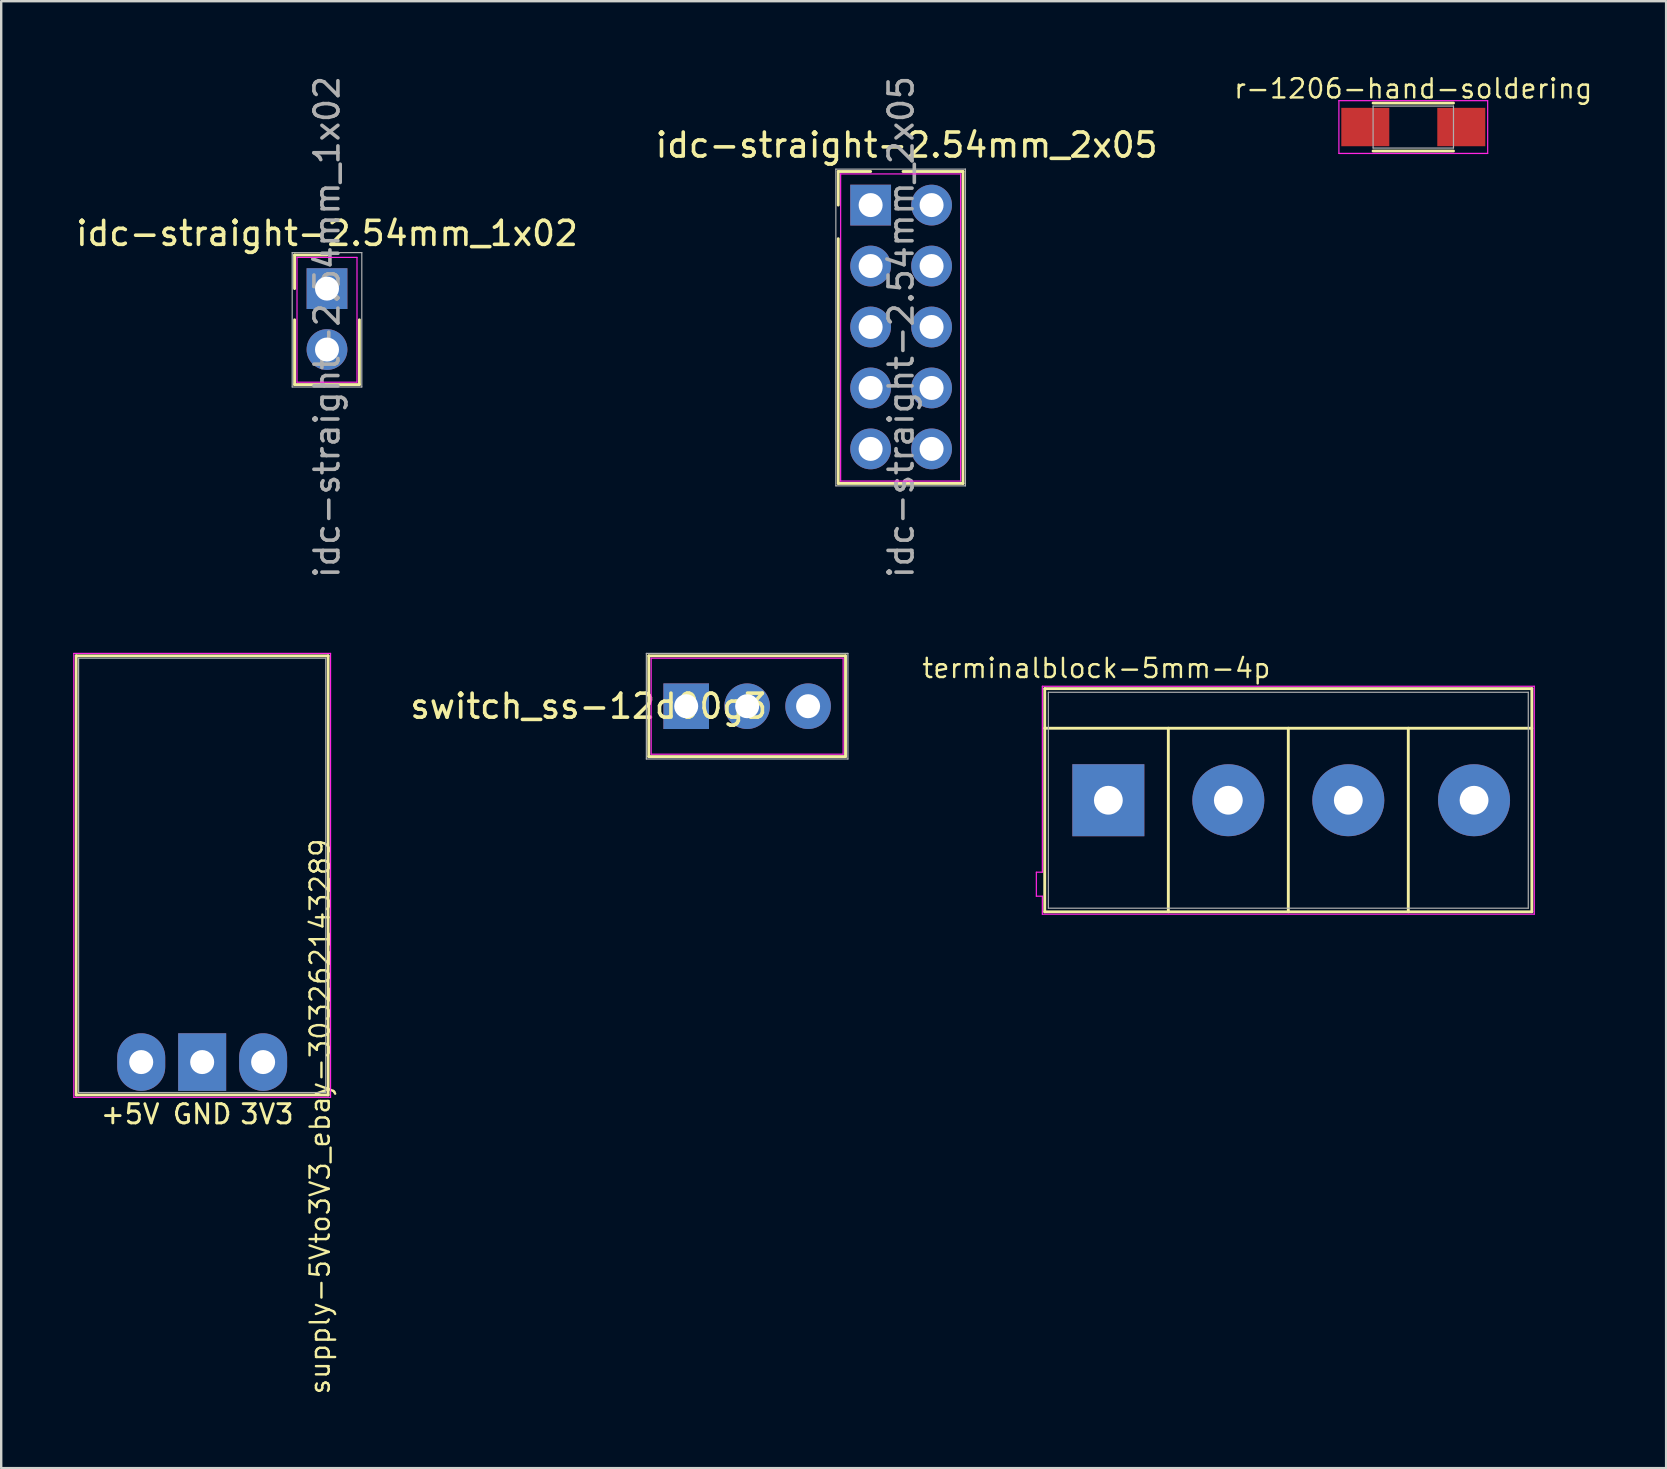
<source format=kicad_pcb>
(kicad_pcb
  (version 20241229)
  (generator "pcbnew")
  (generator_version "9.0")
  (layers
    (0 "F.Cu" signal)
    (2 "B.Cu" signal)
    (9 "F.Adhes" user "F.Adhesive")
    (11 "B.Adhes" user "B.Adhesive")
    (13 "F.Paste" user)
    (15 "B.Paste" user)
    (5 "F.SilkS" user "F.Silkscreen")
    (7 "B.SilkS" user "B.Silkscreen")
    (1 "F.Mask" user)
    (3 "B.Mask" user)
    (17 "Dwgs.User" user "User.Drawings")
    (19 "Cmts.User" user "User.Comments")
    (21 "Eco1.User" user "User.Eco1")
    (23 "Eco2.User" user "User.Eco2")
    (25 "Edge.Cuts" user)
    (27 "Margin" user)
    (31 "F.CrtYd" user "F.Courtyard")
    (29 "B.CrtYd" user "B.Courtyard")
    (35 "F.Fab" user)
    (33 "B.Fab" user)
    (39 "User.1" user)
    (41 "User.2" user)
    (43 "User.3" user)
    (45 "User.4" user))
  (footprint "idc-straight-2.54mm_1x02"
    (layer "F.Cu")
    (at 10.577 8.977)
    (property "Reference" "idc-straight-2.54mm_1x02" (at 0 -2.3 0) (layer "F.SilkS") (effects (font (size 1 1) (thickness 0.15))))
    (attr through_hole)
    (fp_line (start -1.35 -1.4) (end 0 -1.4) (stroke (width 0.12) (type solid)) (layer "F.SilkS"))
    (fp_line (start -1.35 0) (end -1.35 -1.4) (stroke (width 0.12) (type solid)) (layer "F.SilkS"))
    (fp_line (start -1.35 1.3) (end -1.35 4) (stroke (width 0.12) (type solid)) (layer "F.SilkS"))
    (fp_line (start -1.35 4) (end 1.35 4) (stroke (width 0.12) (type solid)) (layer "F.SilkS"))
    (fp_line (start 1.35 1.3) (end 1.35 4) (stroke (width 0.12) (type solid)) (layer "F.SilkS"))
    (fp_line (start -1.25 -1.3) (end -1.25 3.9) (stroke (width 0.05) (type solid)) (layer "F.CrtYd"))
    (fp_line (start -1.25 3.9) (end 1.25 3.9) (stroke (width 0.05) (type solid)) (layer "F.CrtYd"))
    (fp_line (start 1.25 -1.3) (end -1.25 -1.3) (stroke (width 0.05) (type solid)) (layer "F.CrtYd"))
    (fp_line (start 1.25 3.9) (end 1.25 -1.3) (stroke (width 0.05) (type solid)) (layer "F.CrtYd"))
    (fp_line (start -1.45 -1.5) (end -1.45 4.1) (stroke (width 0.05) (type solid)) (layer "F.Fab"))
    (fp_line (start -1.45 4.1) (end 1.45 4.1) (stroke (width 0.05) (type solid)) (layer "F.Fab"))
    (fp_line (start 1.45 -1.5) (end -1.45 -1.5) (stroke (width 0.05) (type solid)) (layer "F.Fab"))
    (fp_line (start 1.45 4.1) (end 1.45 -1.5) (stroke (width 0.05) (type solid)) (layer "F.Fab"))
    (fp_text user "${REFERENCE}" (at 0 1.6 90) (layer "F.Fab") (effects (font (size 1 1) (thickness 0.15))))
    (pad "1" thru_hole rect (at 0 0) (size 1.7 1.7) (drill 1) (layers "*.Cu" "*.Mask"))
    (pad "2" thru_hole oval (at 0 2.54) (size 1.7 1.7) (drill 1) (layers "*.Cu" "*.Mask")))
  (footprint "terminalblock-5mm-4p"
    (layer "F.Cu")
    (at 43.138 30.298)
    (property "Reference" "terminalblock-5mm-4p" (at -0.5 -5.5 0) (layer "F.SilkS") (effects (font (size 0.8 0.8) (thickness 0.1))))
    (attr through_hole)
    (fp_line (start -2.65 -4.65) (end 17.65 -4.65) (stroke (width 0.12) (type solid)) (layer "F.SilkS"))
    (fp_line (start -2.65 -3) (end 17.65 -3) (stroke (width 0.12) (type solid)) (layer "F.SilkS"))
    (fp_line (start -2.65 4.65) (end -2.65 -4.65) (stroke (width 0.12) (type solid)) (layer "F.SilkS"))
    (fp_line (start 2.5 4.65) (end 2.5 -3) (stroke (width 0.12) (type solid)) (layer "F.SilkS"))
    (fp_line (start 7.5 4.65) (end 7.5 -3) (stroke (width 0.12) (type solid)) (layer "F.SilkS"))
    (fp_line (start 12.5 4.65) (end 12.5 -3) (stroke (width 0.12) (type solid)) (layer "F.SilkS"))
    (fp_line (start 17.65 -4.65) (end 17.65 4.65) (stroke (width 0.12) (type solid)) (layer "F.SilkS"))
    (fp_line (start 17.65 4.65) (end -2.65 4.65) (stroke (width 0.12) (type solid)) (layer "F.SilkS"))
    (fp_line (start -3 3) (end -2.75 3) (stroke (width 0.05) (type solid)) (layer "F.CrtYd"))
    (fp_line (start -3 4) (end -3 3) (stroke (width 0.05) (type solid)) (layer "F.CrtYd"))
    (fp_line (start -2.75 -4.75) (end 17.75 -4.75) (stroke (width 0.05) (type solid)) (layer "F.CrtYd"))
    (fp_line (start -2.75 3) (end -2.75 -4.75) (stroke (width 0.05) (type solid)) (layer "F.CrtYd"))
    (fp_line (start -2.75 4) (end -3 4) (stroke (width 0.05) (type solid)) (layer "F.CrtYd"))
    (fp_line (start -2.75 4.75) (end -2.75 4) (stroke (width 0.05) (type solid)) (layer "F.CrtYd"))
    (fp_line (start 17.75 -4.75) (end 17.75 4.75) (stroke (width 0.05) (type solid)) (layer "F.CrtYd"))
    (fp_line (start 17.75 4.75) (end -2.75 4.75) (stroke (width 0.05) (type solid)) (layer "F.CrtYd"))
    (fp_line (start -2.5 -4.5) (end -2.5 4.5) (stroke (width 0.05) (type solid)) (layer "F.Fab"))
    (fp_line (start -2.5 4.5) (end 17.5 4.5) (stroke (width 0.05) (type solid)) (layer "F.Fab"))
    (fp_line (start 17.5 -4.5) (end -2.5 -4.5) (stroke (width 0.05) (type solid)) (layer "F.Fab"))
    (fp_line (start 17.5 4.5) (end 17.5 -4.5) (stroke (width 0.05) (type solid)) (layer "F.Fab"))
    (pad "1" thru_hole rect (at 0 0) (size 3 3) (drill 1.2) (layers "*.Cu" "*.Mask"))
    (pad "2" thru_hole circle (at 5 0) (size 3 3) (drill 1.2) (layers "*.Cu" "*.Mask"))
    (pad "3" thru_hole circle (at 10 0) (size 3 3) (drill 1.2) (layers "*.Cu" "*.Mask"))
    (pad "4" thru_hole circle (at 15.24 0) (size 3 3) (drill 1.2) (layers "*.Cu" "*.Mask")))
  (footprint "r-1206-hand-soldering"
    (layer "F.Cu")
    (at 55.846 2.244)
    (property "Reference" "r-1206-hand-soldering" (at 0 -1.6 0) (layer "F.SilkS") (effects (font (size 0.8 0.8) (thickness 0.1))))
    (attr smd)
    (fp_line (start -1.675 -1) (end 1.675 -1) (stroke (width 0.12) (type solid)) (layer "F.SilkS"))
    (fp_line (start -1.675 1) (end 1.675 1) (stroke (width 0.12) (type solid)) (layer "F.SilkS"))
    (fp_line (start -3.1 -1.1) (end -3.1 1.1) (stroke (width 0.05) (type solid)) (layer "F.CrtYd"))
    (fp_line (start -3.1 -1.1) (end 3.1 -1.1) (stroke (width 0.05) (type solid)) (layer "F.CrtYd"))
    (fp_line (start 3.1 1.1) (end -3.1 1.1) (stroke (width 0.05) (type solid)) (layer "F.CrtYd"))
    (fp_line (start 3.1 1.1) (end 3.1 -1.1) (stroke (width 0.05) (type solid)) (layer "F.CrtYd"))
    (fp_line (start -1.675 -0.875) (end 1.675 -0.875) (stroke (width 0.05) (type solid)) (layer "F.Fab"))
    (fp_line (start -1.675 0.875) (end -1.675 -0.875) (stroke (width 0.05) (type solid)) (layer "F.Fab"))
    (fp_line (start 1.675 -0.875) (end 1.675 0.875) (stroke (width 0.05) (type solid)) (layer "F.Fab"))
    (fp_line (start 1.675 0.875) (end -1.675 0.875) (stroke (width 0.05) (type solid)) (layer "F.Fab"))
    (pad "1" smd rect (at -2 0) (size 2 1.6) (layers "F.Cu" "F.Mask" "F.Paste"))
    (pad "2" smd rect (at 2 0) (size 2 1.6) (layers "F.Cu" "F.Mask" "F.Paste")))
  (footprint "idc-straight-2.54mm_2x05"
    (layer "F.Cu")
    (at 33.232 5.497)
    (property "Reference" "idc-straight-2.54mm_2x05" (at 1.5 -2.5 180) (layer "F.SilkS") (effects (font (size 1 1) (thickness 0.15))))
    (attr through_hole)
    (fp_line (start -1.35 -1.4) (end -1.35 0) (stroke (width 0.12) (type solid)) (layer "F.SilkS"))
    (fp_line (start -1.35 -1.4) (end 0 -1.4) (stroke (width 0.12) (type solid)) (layer "F.SilkS"))
    (fp_line (start -1.35 11.6) (end -1.35 1.4) (stroke (width 0.12) (type solid)) (layer "F.SilkS"))
    (fp_line (start 1.35 -1.4) (end 3.85 -1.4) (stroke (width 0.12) (type solid)) (layer "F.SilkS"))
    (fp_line (start 3.85 -1.4) (end 3.85 11.6) (stroke (width 0.12) (type solid)) (layer "F.SilkS"))
    (fp_line (start 3.85 11.6) (end -1.35 11.6) (stroke (width 0.12) (type solid)) (layer "F.SilkS"))
    (fp_line (start -1.25 -1.3) (end 3.75 -1.3) (stroke (width 0.05) (type solid)) (layer "F.CrtYd"))
    (fp_line (start -1.25 11.5) (end -1.25 -1.3) (stroke (width 0.05) (type solid)) (layer "F.CrtYd"))
    (fp_line (start 3.75 -1.3) (end 3.75 11.5) (stroke (width 0.05) (type solid)) (layer "F.CrtYd"))
    (fp_line (start 3.75 11.5) (end -1.25 11.5) (stroke (width 0.05) (type solid)) (layer "F.CrtYd"))
    (fp_line (start -1.45 -1.5) (end 3.95 -1.5) (stroke (width 0.05) (type solid)) (layer "F.Fab"))
    (fp_line (start -1.45 11.7) (end -1.45 -1.5) (stroke (width 0.05) (type solid)) (layer "F.Fab"))
    (fp_line (start 3.95 -1.5) (end 3.95 11.7) (stroke (width 0.05) (type solid)) (layer "F.Fab"))
    (fp_line (start 3.95 11.7) (end -1.45 11.7) (stroke (width 0.05) (type solid)) (layer "F.Fab"))
    (fp_text user "${REFERENCE}" (at 1.27 5.08 90) (layer "F.Fab") (effects (font (size 1 1) (thickness 0.15))))
    (pad "1" thru_hole rect (at 0 0) (size 1.7 1.7) (drill 1) (layers "*.Cu" "*.Mask"))
    (pad "2" thru_hole oval (at 2.54 0) (size 1.7 1.7) (drill 1) (layers "*.Cu" "*.Mask"))
    (pad "3" thru_hole oval (at 0 2.54) (size 1.7 1.7) (drill 1) (layers "*.Cu" "*.Mask"))
    (pad "4" thru_hole oval (at 2.54 2.54) (size 1.7 1.7) (drill 1) (layers "*.Cu" "*.Mask"))
    (pad "5" thru_hole oval (at 0 5.08) (size 1.7 1.7) (drill 1) (layers "*.Cu" "*.Mask"))
    (pad "6" thru_hole oval (at 2.54 5.08) (size 1.7 1.7) (drill 1) (layers "*.Cu" "*.Mask"))
    (pad "7" thru_hole oval (at 0 7.62) (size 1.7 1.7) (drill 1) (layers "*.Cu" "*.Mask"))
    (pad "8" thru_hole oval (at 2.54 7.62) (size 1.7 1.7) (drill 1) (layers "*.Cu" "*.Mask"))
    (pad "9" thru_hole oval (at 0 10.16) (size 1.7 1.7) (drill 1) (layers "*.Cu" "*.Mask"))
    (pad "10" thru_hole oval (at 2.54 10.16) (size 1.7 1.7) (drill 1) (layers "*.Cu" "*.Mask")))
  (footprint "switch_ss-12d00g3"
    (layer "F.Cu")
    (at 28.086 26.38)
    (property "Reference" "switch_ss-12d00g3" (at -6.604 0 0) (layer "F.SilkS") (effects (font (size 1 1) (thickness 0.15))))
    (attr through_hole)
    (fp_line (start -4.1 -2.1) (end 4.1 -2.1) (stroke (width 0.12) (type solid)) (layer "F.SilkS"))
    (fp_line (start -4.1 2.1) (end -4.1 -2.1) (stroke (width 0.12) (type solid)) (layer "F.SilkS"))
    (fp_line (start 4.1 -2.1) (end 4.1 2.1) (stroke (width 0.12) (type solid)) (layer "F.SilkS"))
    (fp_line (start 4.1 2.1) (end -4.1 2.1) (stroke (width 0.12) (type solid)) (layer "F.SilkS"))
    (fp_line (start -4 -2) (end 4 -2) (stroke (width 0.05) (type solid)) (layer "F.CrtYd"))
    (fp_line (start -4 2) (end -4 -2) (stroke (width 0.05) (type solid)) (layer "F.CrtYd"))
    (fp_line (start 4 -2) (end 4 2) (stroke (width 0.05) (type solid)) (layer "F.CrtYd"))
    (fp_line (start 4 2) (end -4 2) (stroke (width 0.05) (type solid)) (layer "F.CrtYd"))
    (fp_line (start -4.2 -2.2) (end 4.2 -2.2) (stroke (width 0.05) (type solid)) (layer "F.Fab"))
    (fp_line (start -4.2 2.2) (end -4.2 -2.2) (stroke (width 0.05) (type solid)) (layer "F.Fab"))
    (fp_line (start 4.2 -2.2) (end 4.2 2.2) (stroke (width 0.05) (type solid)) (layer "F.Fab"))
    (fp_line (start 4.2 2.2) (end -4.2 2.2) (stroke (width 0.05) (type solid)) (layer "F.Fab"))
    (pad "1" thru_hole rect (at -2.54 0) (size 1.9 1.9) (drill 1) (layers "*.Cu" "*.Mask"))
    (pad "2" thru_hole circle (at 0 0) (size 1.9 1.9) (drill 1) (layers "*.Cu" "*.Mask"))
    (pad "3" thru_hole circle (at 2.54 0) (size 1.9 1.9) (drill 1) (layers "*.Cu" "*.Mask")))
  (footprint "supply-5Vto3V3_ebay-303262143289"
    (layer "F.Cu")
    (at 5.375 42.68)
    (property "Reference" "supply-5Vto3V3_ebay-303262143289" (at 4.91 0.8 90) (layer "F.SilkS") (effects (font (size 0.8 0.8) (thickness 0.1))))
    (attr through_hole)
    (fp_line (start -5.25 -18.4) (end -5.25 -0.1) (stroke (width 0.12) (type solid)) (layer "F.SilkS"))
    (fp_line (start -5.25 -0.1) (end 5.25 -0.1) (stroke (width 0.12) (type solid)) (layer "F.SilkS"))
    (fp_line (start 5.25 -18.4) (end -5.25 -18.4) (stroke (width 0.12) (type solid)) (layer "F.SilkS"))
    (fp_line (start 5.25 -0.1) (end 5.25 -18.4) (stroke (width 0.12) (type solid)) (layer "F.SilkS"))
    (fp_line (start -5.35 -18.5) (end -5.35 0) (stroke (width 0.05) (type solid)) (layer "F.CrtYd"))
    (fp_line (start -5.35 0) (end 5.35 0) (stroke (width 0.05) (type solid)) (layer "F.CrtYd"))
    (fp_line (start 5.35 -18.5) (end -5.35 -18.5) (stroke (width 0.05) (type solid)) (layer "F.CrtYd"))
    (fp_line (start 5.35 0) (end 5.35 -18.5) (stroke (width 0.05) (type solid)) (layer "F.CrtYd"))
    (fp_line (start -5.15 -18.3) (end -5.15 -0.2) (stroke (width 0.05) (type solid)) (layer "F.Fab"))
    (fp_line (start -5.15 -0.2) (end 5.15 -0.2) (stroke (width 0.05) (type solid)) (layer "F.Fab"))
    (fp_line (start 5.15 -18.3) (end -5.15 -18.3) (stroke (width 0.05) (type solid)) (layer "F.Fab"))
    (fp_line (start 5.15 -0.2) (end 5.15 -18.3) (stroke (width 0.05) (type solid)) (layer "F.Fab"))
    (fp_text user "3V3" (at 2.7 0.7 0) (layer "F.SilkS") (effects (font (size 0.8 0.8) (thickness 0.12))))
    (fp_text user "+5V" (at -3 0.7 0) (layer "F.SilkS") (effects (font (size 0.8 0.8) (thickness 0.12))))
    (fp_text user "GND" (at 0 0.7 0) (layer "F.SilkS") (effects (font (size 0.8 0.8) (thickness 0.12))))
    (pad "1" thru_hole oval (at -2.54 -1.47) (size 2 2.4) (drill 1) (layers "*.Cu" "*.Mask"))
    (pad "2" thru_hole rect (at 0 -1.47) (size 2 2.4) (drill 1) (layers "*.Cu" "*.Mask"))
    (pad "3" thru_hole oval (at 2.54 -1.47) (size 2 2.4) (drill 1) (layers "*.Cu" "*.Mask")))
  (gr_rect
    (start -3 -3)
    (end 66.383 58.131)
    (stroke (width 0.1) (type default))
    (fill no)
    (layer "Edge.Cuts")))
</source>
